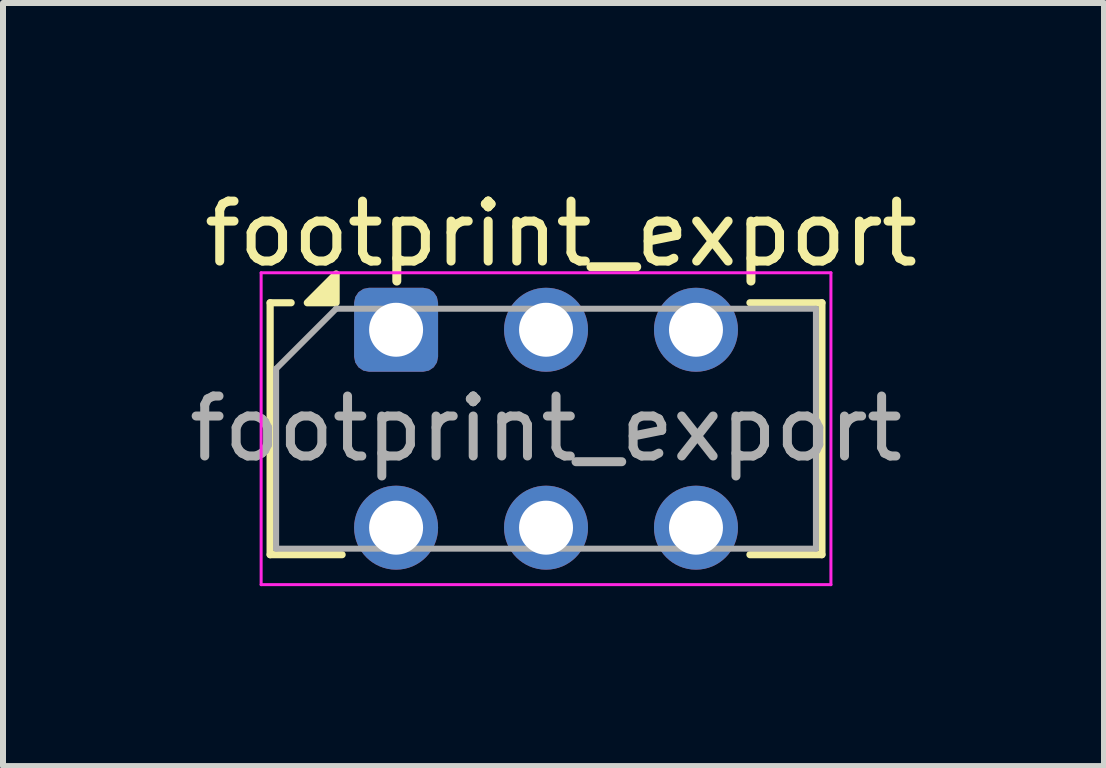
<source format=kicad_pcb>
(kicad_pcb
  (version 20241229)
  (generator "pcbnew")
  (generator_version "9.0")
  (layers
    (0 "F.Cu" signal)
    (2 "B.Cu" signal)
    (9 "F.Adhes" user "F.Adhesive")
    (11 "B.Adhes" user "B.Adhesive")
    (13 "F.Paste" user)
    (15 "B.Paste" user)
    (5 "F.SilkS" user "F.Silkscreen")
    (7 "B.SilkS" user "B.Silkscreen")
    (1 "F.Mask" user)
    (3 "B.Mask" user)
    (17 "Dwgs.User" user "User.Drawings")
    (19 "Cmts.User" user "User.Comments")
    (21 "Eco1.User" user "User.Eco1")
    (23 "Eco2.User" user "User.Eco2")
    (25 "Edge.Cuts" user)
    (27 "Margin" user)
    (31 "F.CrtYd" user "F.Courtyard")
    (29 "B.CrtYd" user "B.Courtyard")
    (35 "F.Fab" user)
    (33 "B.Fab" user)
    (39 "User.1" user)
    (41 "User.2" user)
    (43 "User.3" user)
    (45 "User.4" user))
  (footprint "footprint_export"
    (layer "F.Cu")
    (at 3.554 2.448)
    (property "Reference" "footprint_export" (at 2.75 -1.6 0) (layer "F.SilkS") (effects (font (size 1 1) (thickness 0.15))))
    (attr through_hole)
    (fp_line (start -2.1 -0.45) (end -2.1 3.75) (stroke (width 0.12) (type solid)) (layer "F.SilkS"))
    (fp_line (start -2.1 3.75) (end -0.9 3.75) (stroke (width 0.12) (type solid)) (layer "F.SilkS"))
    (fp_line (start -1.75 -0.45) (end -2.1 -0.45) (stroke (width 0.12) (type solid)) (layer "F.SilkS"))
    (fp_line (start 5.9 -0.45) (end 7.1 -0.45) (stroke (width 0.12) (type solid)) (layer "F.SilkS"))
    (fp_line (start 7.1 -0.45) (end 7.1 3.75) (stroke (width 0.12) (type solid)) (layer "F.SilkS"))
    (fp_line (start 7.1 3.75) (end 5.9 3.75) (stroke (width 0.12) (type solid)) (layer "F.SilkS"))
    (fp_poly (pts (xy -1 -0.45) (xy -1.48 -0.45) (xy -1 -0.93) (xy -1 -0.45)) (stroke (width 0.12) (type solid)) (fill yes) (layer "F.SilkS"))
    (fp_line (start -2.25 -0.95) (end 7.25 -0.95) (stroke (width 0.05) (type solid)) (layer "F.CrtYd"))
    (fp_line (start -2.25 4.25) (end -2.25 -0.95) (stroke (width 0.05) (type solid)) (layer "F.CrtYd"))
    (fp_line (start 7.25 -0.95) (end 7.25 4.25) (stroke (width 0.05) (type solid)) (layer "F.CrtYd"))
    (fp_line (start 7.25 4.25) (end -2.25 4.25) (stroke (width 0.05) (type solid)) (layer "F.CrtYd"))
    (fp_line (start -2 3.65) (end -2 0.65) (stroke (width 0.1) (type solid)) (layer "F.Fab"))
    (fp_line (start -1 -0.35) (end -2 0.65) (stroke (width 0.1) (type solid)) (layer "F.Fab"))
    (fp_line (start -1 -0.35) (end 7 -0.35) (stroke (width 0.1) (type solid)) (layer "F.Fab"))
    (fp_line (start 7 -0.35) (end 7 3.65) (stroke (width 0.1) (type solid)) (layer "F.Fab"))
    (fp_line (start 7 3.65) (end -2 3.65) (stroke (width 0.1) (type solid)) (layer "F.Fab"))
    (fp_text user "${REFERENCE}" (at 2.5 1.65 0) (layer "F.Fab") (effects (font (size 1 1) (thickness 0.15))))
    (pad "1" thru_hole roundrect (at 0 0) (size 1.4 1.4) (drill 0.9) (layers "*.Cu" "*.Mask") (roundrect_rratio 0.179))
    (pad "2" thru_hole circle (at 2.5 0) (size 1.4 1.4) (drill 0.9) (layers "*.Cu" "*.Mask"))
    (pad "3" thru_hole circle (at 5 0) (size 1.4 1.4) (drill 0.9) (layers "*.Cu" "*.Mask"))
    (pad "4" thru_hole circle (at 5 3.3) (size 1.4 1.4) (drill 0.9) (layers "*.Cu" "*.Mask"))
    (pad "5" thru_hole circle (at 2.5 3.3) (size 1.4 1.4) (drill 0.9) (layers "*.Cu" "*.Mask"))
    (pad "6" thru_hole circle (at 0 3.3) (size 1.4 1.4) (drill 0.9) (layers "*.Cu" "*.Mask")))
  (gr_rect
    (start -3 -3)
    (end 15.357 9.723)
    (stroke (width 0.1) (type default))
    (fill no)
    (layer "Edge.Cuts")))
</source>
